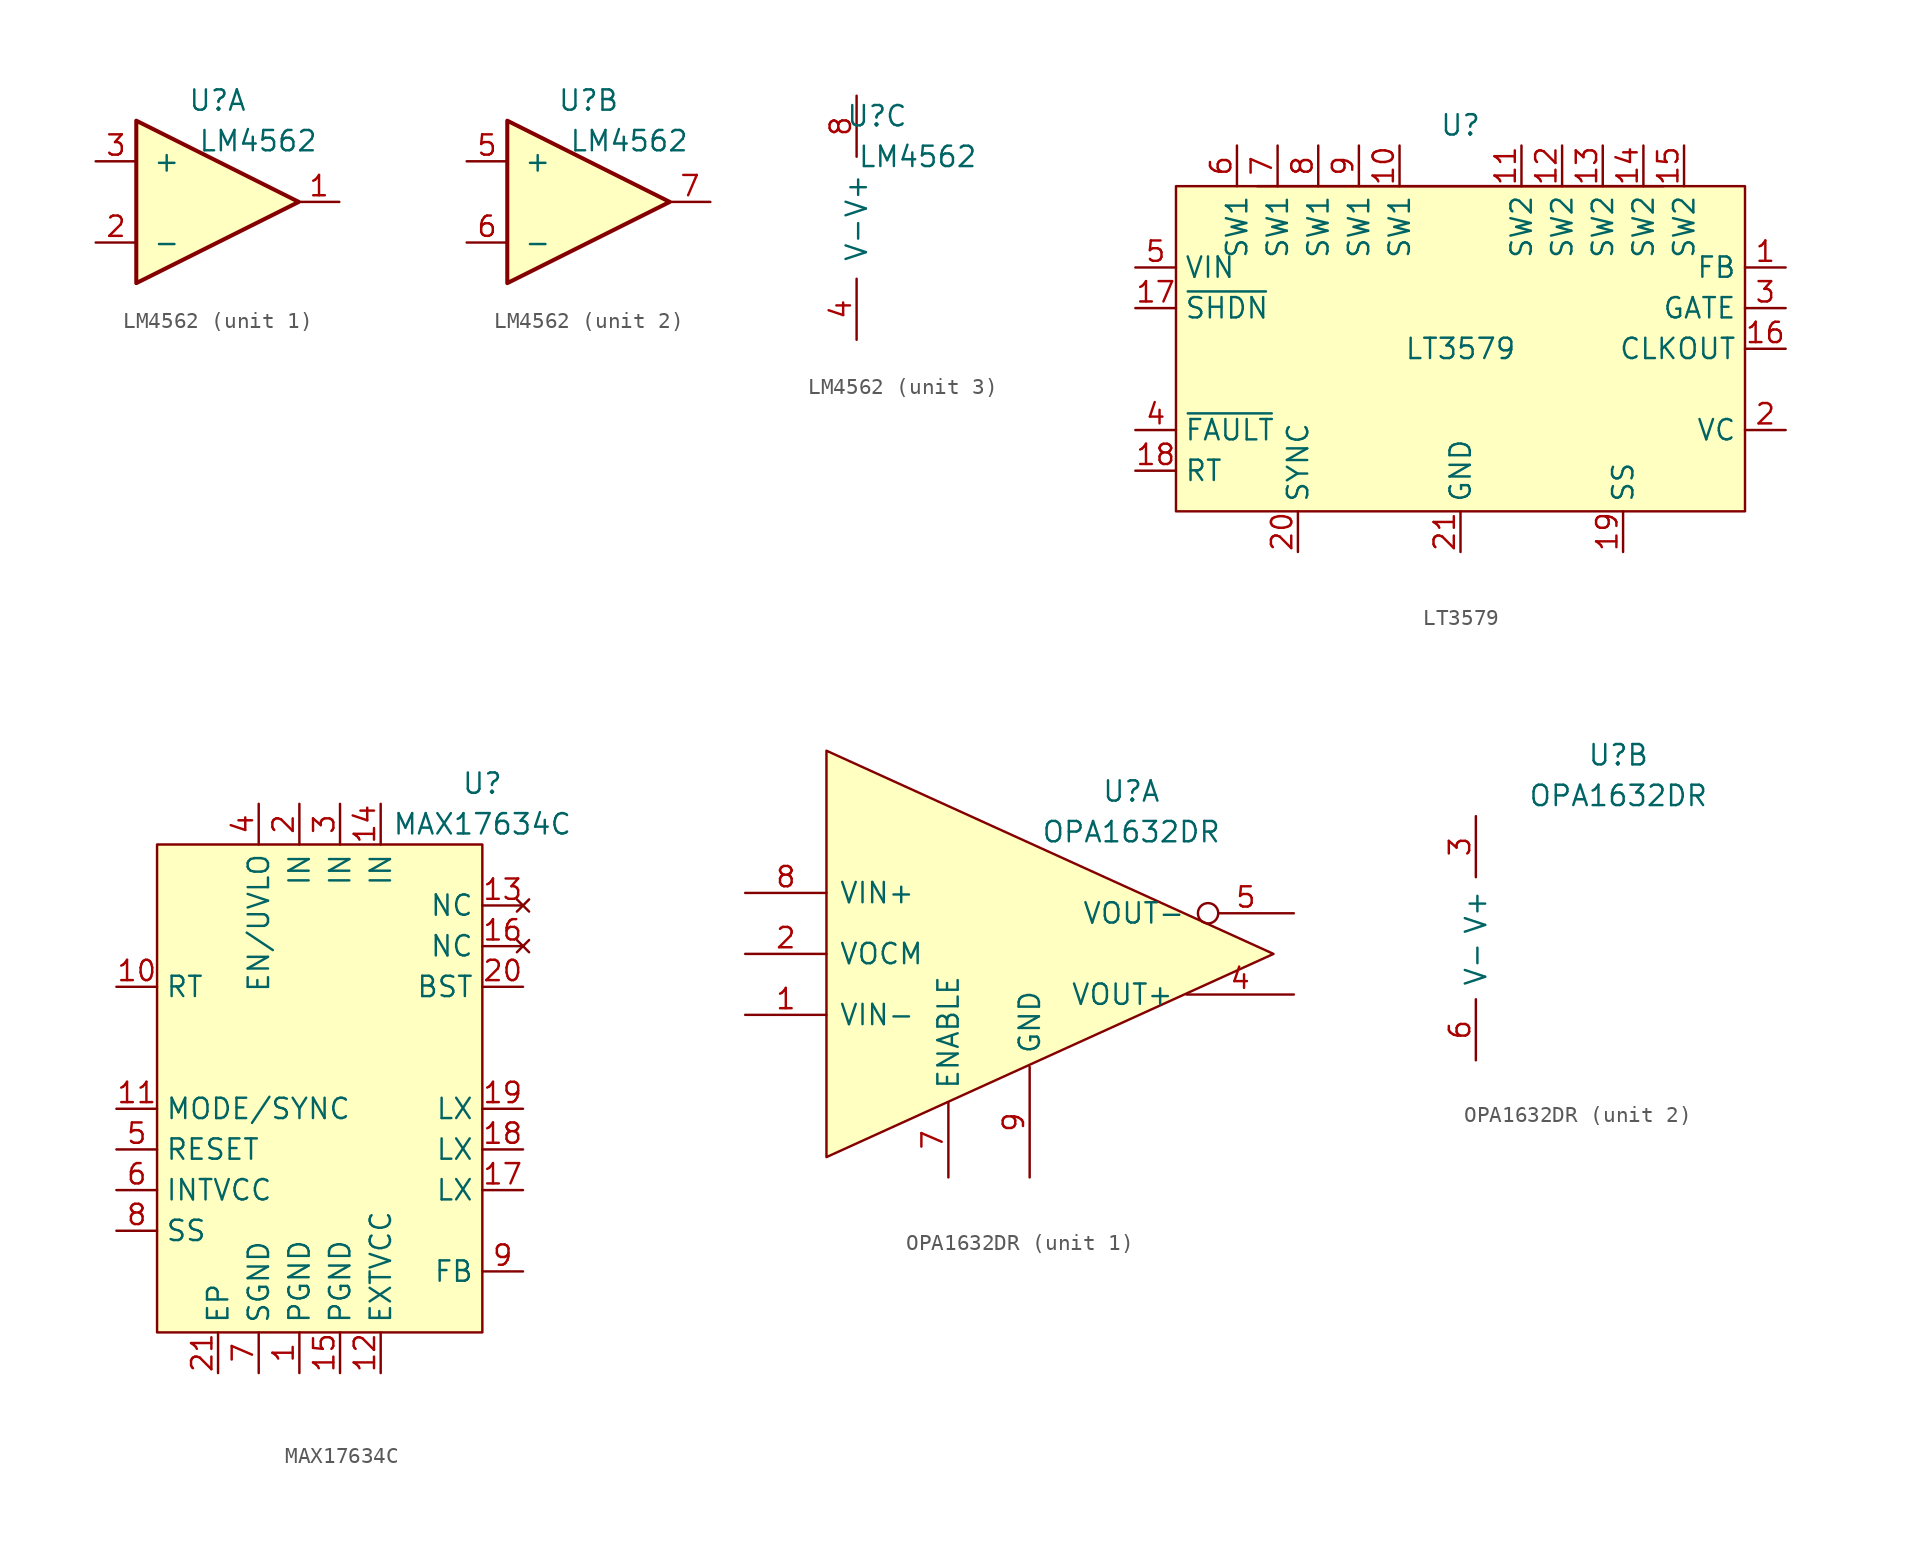
<source format=kicad_sym>
(kicad_symbol_lib
  (version 20220914)
  (generator kicad_symbol_editor)
  (symbol "LM4562"
    (pin_names
      (offset 1.016))
    (property "Reference" "U"
      (at 1.27 6.35 0)
      (effects (font (size 1.27 1.27))))
    (property "Value" "LM4562"
      (at 3.81 3.81 0)
      (effects (font (size 1.27 1.27))))
    (symbol "LM4562_1_1"
      (polyline (pts (xy -3.81 5.08) (xy 6.35 0) (xy -3.81 -5.08) (xy -3.81 5.08)) (stroke (width 0.254) (type solid)) (fill (type background)))
      (pin output line (at 8.89 0 180) (length 2.54) (name "~" (effects (font (size 1.27 1.27)))) (number "1" (effects (font (size 1.27 1.27)))))
      (pin input line (at -6.35 -2.54 0) (length 2.54) (name "-" (effects (font (size 1.27 1.27)))) (number "2" (effects (font (size 1.27 1.27)))))
      (pin input line (at -6.35 2.54 0) (length 2.54) (name "+" (effects (font (size 1.27 1.27)))) (number "3" (effects (font (size 1.27 1.27))))))
    (symbol "LM4562_2_1"
      (polyline (pts (xy -3.81 5.08) (xy 6.35 0) (xy -3.81 -5.08) (xy -3.81 5.08)) (stroke (width 0.254) (type solid)) (fill (type background)))
      (pin input line (at -6.35 2.54 0) (length 2.54) (name "+" (effects (font (size 1.27 1.27)))) (number "5" (effects (font (size 1.27 1.27)))))
      (pin input line (at -6.35 -2.54 0) (length 2.54) (name "-" (effects (font (size 1.27 1.27)))) (number "6" (effects (font (size 1.27 1.27)))))
      (pin output line (at 8.89 0 180) (length 2.54) (name "~" (effects (font (size 1.27 1.27)))) (number "7" (effects (font (size 1.27 1.27))))))
    (symbol "LM4562_3_1"
      (pin power_in line (at 0 -7.62 90) (length 3.81) (name "V-" (effects (font (size 1.27 1.27)))) (number "4" (effects (font (size 1.27 1.27)))))
      (pin power_in line (at 0 7.62 270) (length 3.81) (name "V+" (effects (font (size 1.27 1.27)))) (number "8" (effects (font (size 1.27 1.27)))))))
  (symbol "LT3579"
    (property "Reference" "U"
      (at 0 1.27 0)
      (effects (font (size 1.27 1.27))))
    (property "Value" "LT3579"
      (at 0 -12.7 0)
      (effects (font (size 1.27 1.27))))
    (symbol "LT3579_0_1"
      (rectangle (start -12.7 -2.54) (end 12.7 -2.54) (stroke (width 0) (type default)) (fill (type none))))
    (symbol "LT3579_1_1"
      (rectangle (start -17.78 -2.54) (end 17.78 -22.86) (stroke (width 0) (type default)) (fill (type background)))
      (pin input line (at 20.32 -7.62 180) (length 2.54) (name "FB" (effects (font (size 1.27 1.27)))) (number "1" (effects (font (size 1.27 1.27)))))
      (pin output line (at -3.81 0 270) (length 2.54) (name "SW1" (effects (font (size 1.27 1.27)))) (number "10" (effects (font (size 1.27 1.27)))))
      (pin output line (at 3.81 0 270) (length 2.54) (name "SW2" (effects (font (size 1.27 1.27)))) (number "11" (effects (font (size 1.27 1.27)))))
      (pin output line (at 6.35 0 270) (length 2.54) (name "SW2" (effects (font (size 1.27 1.27)))) (number "12" (effects (font (size 1.27 1.27)))))
      (pin output line (at 8.89 0 270) (length 2.54) (name "SW2" (effects (font (size 1.27 1.27)))) (number "13" (effects (font (size 1.27 1.27)))))
      (pin output line (at 11.43 0 270) (length 2.54) (name "SW2" (effects (font (size 1.27 1.27)))) (number "14" (effects (font (size 1.27 1.27)))))
      (pin output line (at 13.97 0 270) (length 2.54) (name "SW2" (effects (font (size 1.27 1.27)))) (number "15" (effects (font (size 1.27 1.27)))))
      (pin output line (at 20.32 -12.7 180) (length 2.54) (name "CLKOUT" (effects (font (size 1.27 1.27)))) (number "16" (effects (font (size 1.27 1.27)))))
      (pin input line (at -20.32 -10.16 0) (length 2.54) (name "~{SHDN}" (effects (font (size 1.27 1.27)))) (number "17" (effects (font (size 1.27 1.27)))))
      (pin input line (at -20.32 -20.32 0) (length 2.54) (name "RT" (effects (font (size 1.27 1.27)))) (number "18" (effects (font (size 1.27 1.27)))))
      (pin input line (at 10.16 -25.4 90) (length 2.54) (name "SS" (effects (font (size 1.27 1.27)))) (number "19" (effects (font (size 1.27 1.27)))))
      (pin input line (at 20.32 -17.78 180) (length 2.54) (name "VC" (effects (font (size 1.27 1.27)))) (number "2" (effects (font (size 1.27 1.27)))))
      (pin input line (at -10.16 -25.4 90) (length 2.54) (name "SYNC" (effects (font (size 1.27 1.27)))) (number "20" (effects (font (size 1.27 1.27)))))
      (pin input line (at 0 -25.4 90) (length 2.54) (name "GND" (effects (font (size 1.27 1.27)))) (number "21" (effects (font (size 1.27 1.27)))))
      (pin output line (at 20.32 -10.16 180) (length 2.54) (name "GATE" (effects (font (size 1.27 1.27)))) (number "3" (effects (font (size 1.27 1.27)))))
      (pin input line (at -20.32 -17.78 0) (length 2.54) (name "~{FAULT}" (effects (font (size 1.27 1.27)))) (number "4" (effects (font (size 1.27 1.27)))))
      (pin input line (at -20.32 -7.62 0) (length 2.54) (name "VIN" (effects (font (size 1.27 1.27)))) (number "5" (effects (font (size 1.27 1.27)))))
      (pin output line (at -13.97 0 270) (length 2.54) (name "SW1" (effects (font (size 1.27 1.27)))) (number "6" (effects (font (size 1.27 1.27)))))
      (pin output line (at -11.43 0 270) (length 2.54) (name "SW1" (effects (font (size 1.27 1.27)))) (number "7" (effects (font (size 1.27 1.27)))))
      (pin output line (at -8.89 0 270) (length 2.54) (name "SW1" (effects (font (size 1.27 1.27)))) (number "8" (effects (font (size 1.27 1.27)))))
      (pin output line (at -6.35 0 270) (length 2.54) (name "SW1" (effects (font (size 1.27 1.27)))) (number "9" (effects (font (size 1.27 1.27)))))))
  (symbol "MAX17634C"
    (property "Reference" "U"
      (at 10.16 19.05 0)
      (effects (font (size 1.27 1.27))))
    (property "Value" "MAX17634C"
      (at 10.16 16.51 0)
      (effects (font (size 1.27 1.27))))
    (symbol "MAX17634C_0_1"
      (rectangle (start -10.16 15.24) (end 10.16 -15.24) (stroke (width 0) (type default)) (fill (type background))))
    (symbol "MAX17634C_1_0"
      (pin no_connect line (at 12.7 8.89 180) (length 2.54) (name "NC" (effects (font (size 1.27 1.27)))) (number "16" (effects (font (size 1.27 1.27))))))
    (symbol "MAX17634C_1_1"
      (pin passive line (at -1.27 -17.78 90) (length 2.54) (name "PGND" (effects (font (size 1.27 1.27)))) (number "1" (effects (font (size 1.27 1.27)))))
      (pin passive line (at -12.7 6.35 0) (length 2.54) (name "RT" (effects (font (size 1.27 1.27)))) (number "10" (effects (font (size 1.27 1.27)))))
      (pin passive line (at -12.7 -1.27 0) (length 2.54) (name "MODE/SYNC" (effects (font (size 1.27 1.27)))) (number "11" (effects (font (size 1.27 1.27)))))
      (pin passive line (at 3.81 -17.78 90) (length 2.54) (name "EXTVCC" (effects (font (size 1.27 1.27)))) (number "12" (effects (font (size 1.27 1.27)))))
      (pin no_connect line (at 12.7 11.43 180) (length 2.54) (name "NC" (effects (font (size 1.27 1.27)))) (number "13" (effects (font (size 1.27 1.27)))))
      (pin power_in line (at 3.81 17.78 270) (length 2.54) (name "IN" (effects (font (size 1.27 1.27)))) (number "14" (effects (font (size 1.27 1.27)))))
      (pin passive line (at 1.27 -17.78 90) (length 2.54) (name "PGND" (effects (font (size 1.27 1.27)))) (number "15" (effects (font (size 1.27 1.27)))))
      (pin power_out line (at 12.7 -6.35 180) (length 2.54) (name "LX" (effects (font (size 1.27 1.27)))) (number "17" (effects (font (size 1.27 1.27)))))
      (pin power_out line (at 12.7 -3.81 180) (length 2.54) (name "LX" (effects (font (size 1.27 1.27)))) (number "18" (effects (font (size 1.27 1.27)))))
      (pin power_out line (at 12.7 -1.27 180) (length 2.54) (name "LX" (effects (font (size 1.27 1.27)))) (number "19" (effects (font (size 1.27 1.27)))))
      (pin power_in line (at -1.27 17.78 270) (length 2.54) (name "IN" (effects (font (size 1.27 1.27)))) (number "2" (effects (font (size 1.27 1.27)))))
      (pin passive line (at 12.7 6.35 180) (length 2.54) (name "BST" (effects (font (size 1.27 1.27)))) (number "20" (effects (font (size 1.27 1.27)))))
      (pin passive line (at -6.35 -17.78 90) (length 2.54) (name "EP" (effects (font (size 1.27 1.27)))) (number "21" (effects (font (size 1.27 1.27)))))
      (pin power_in line (at 1.27 17.78 270) (length 2.54) (name "IN" (effects (font (size 1.27 1.27)))) (number "3" (effects (font (size 1.27 1.27)))))
      (pin passive line (at -3.81 17.78 270) (length 2.54) (name "EN/UVLO" (effects (font (size 1.27 1.27)))) (number "4" (effects (font (size 1.27 1.27)))))
      (pin passive line (at -12.7 -3.81 0) (length 2.54) (name "RESET" (effects (font (size 1.27 1.27)))) (number "5" (effects (font (size 1.27 1.27)))))
      (pin power_in line (at -12.7 -6.35 0) (length 2.54) (name "INTVCC" (effects (font (size 1.27 1.27)))) (number "6" (effects (font (size 1.27 1.27)))))
      (pin passive line (at -3.81 -17.78 90) (length 2.54) (name "SGND" (effects (font (size 1.27 1.27)))) (number "7" (effects (font (size 1.27 1.27)))))
      (pin passive line (at -12.7 -8.89 0) (length 2.54) (name "SS" (effects (font (size 1.27 1.27)))) (number "8" (effects (font (size 1.27 1.27)))))
      (pin passive line (at 12.7 -11.43 180) (length 2.54) (name "FB" (effects (font (size 1.27 1.27)))) (number "9" (effects (font (size 1.27 1.27)))))))
  (symbol "OPA1632DR"
    (pin_names
      (offset 0.762))
    (property "Reference" "U"
      (at 8.89 11.43 0)
      (effects (font (size 1.27 1.27))))
    (property "Value" "OPA1632DR"
      (at 8.89 8.89 0)
      (effects (font (size 1.27 1.27))))
    (property "ki_locked" ""
      (at 0 0 0)
      (effects (font (size 1.27 1.27))))
    (symbol "OPA1632DR_1_0"
      (pin passive line (at -15.24 -2.54 0) (length 5.08) (name "VIN-" (effects (font (size 1.27 1.27)))) (number "1" (effects (font (size 1.27 1.27)))))
      (pin passive line (at -15.24 1.27 0) (length 5.08) (name "VOCM" (effects (font (size 1.27 1.27)))) (number "2" (effects (font (size 1.27 1.27)))))
      (pin passive line (at 19.05 -1.27 180) (length 6.706) (name "VOUT+" (effects (font (size 1.27 1.27)))) (number "4" (effects (font (size 1.27 1.27)))))
      (pin passive inverted (at 19.05 3.81 180) (length 5.994) (name "VOUT-" (effects (font (size 1.27 1.27)))) (number "5" (effects (font (size 1.27 1.27)))))
      (pin passive line (at -2.54 -12.7 90) (length 4.699) (name "ENABLE" (effects (font (size 1.27 1.27)))) (number "7" (effects (font (size 1.27 1.27)))))
      (pin passive line (at -15.24 5.08 0) (length 5.08) (name "VIN+" (effects (font (size 1.27 1.27)))) (number "8" (effects (font (size 1.27 1.27))))))
    (symbol "OPA1632DR_1_1"
      (polyline (pts (xy -10.16 13.97) (xy 17.78 1.27) (xy -10.16 -11.43) (xy -10.16 13.97)) (stroke (width 0.152) (type solid)) (fill (type background)))
      (pin passive line (at 2.54 -12.7 90) (length 6.909) (name "GND" (effects (font (size 1.27 1.27)))) (number "9" (effects (font (size 1.27 1.27))))))
    (symbol "OPA1632DR_2_0"
      (pin passive line (at 0 7.62 270) (length 3.81) (name "V+" (effects (font (size 1.27 1.27)))) (number "3" (effects (font (size 1.27 1.27)))))
      (pin passive line (at 0 -7.62 90) (length 3.81) (name "V-" (effects (font (size 1.27 1.27)))) (number "6" (effects (font (size 1.27 1.27))))))))
</source>
